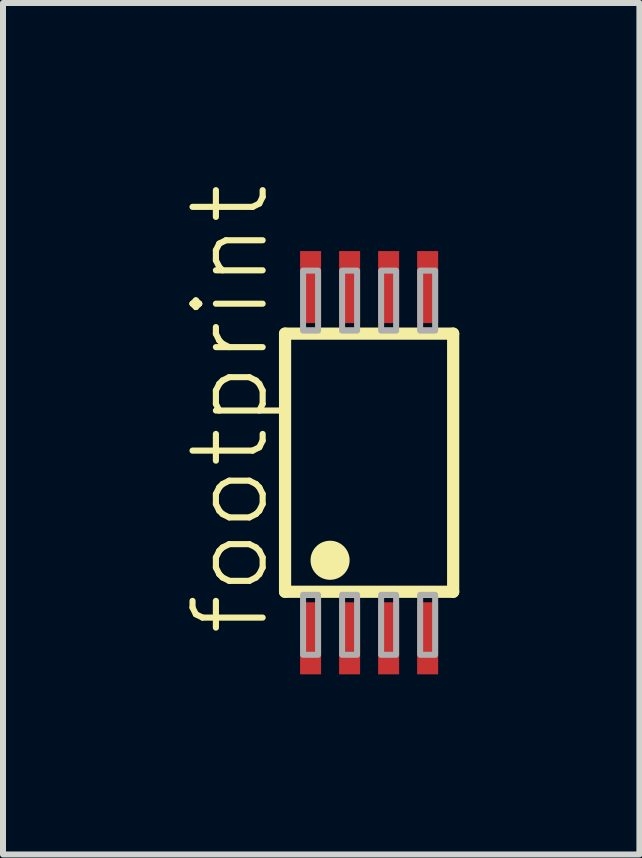
<source format=kicad_pcb>
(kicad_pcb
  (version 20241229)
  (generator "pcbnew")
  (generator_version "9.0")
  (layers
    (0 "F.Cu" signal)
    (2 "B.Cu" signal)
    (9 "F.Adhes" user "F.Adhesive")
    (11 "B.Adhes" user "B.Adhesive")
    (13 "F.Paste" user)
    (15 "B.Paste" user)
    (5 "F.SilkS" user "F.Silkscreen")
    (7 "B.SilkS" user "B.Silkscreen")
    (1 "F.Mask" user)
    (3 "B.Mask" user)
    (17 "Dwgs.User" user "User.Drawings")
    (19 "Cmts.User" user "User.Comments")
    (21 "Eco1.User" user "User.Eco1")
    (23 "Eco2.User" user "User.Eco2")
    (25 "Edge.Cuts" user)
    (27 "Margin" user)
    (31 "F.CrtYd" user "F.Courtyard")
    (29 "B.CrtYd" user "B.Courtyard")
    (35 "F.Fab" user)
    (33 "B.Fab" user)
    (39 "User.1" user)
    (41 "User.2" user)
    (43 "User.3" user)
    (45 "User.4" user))
  (footprint "footprint"
    (layer "F.Cu")
    (at 3.098 4.657)
    (property "Reference" "footprint" (at -1.625 2.925 90) (layer "F.SilkS") (effects (font (size 1.168 1.168) (thickness 0.102)) (justify left bottom)))
    (fp_line (start -1.4 -2.15) (end -1.4 2.15) (stroke (width 0.203) (type solid)) (layer "F.SilkS"))
    (fp_line (start -1.4 2.15) (end 1.4 2.15) (stroke (width 0.203) (type solid)) (layer "F.SilkS"))
    (fp_line (start 1.4 -2.15) (end -1.4 -2.15) (stroke (width 0.203) (type solid)) (layer "F.SilkS"))
    (fp_line (start 1.4 2.15) (end 1.4 -2.15) (stroke (width 0.203) (type solid)) (layer "F.SilkS"))
    (fp_circle (center -0.65 1.625) (end -0.487 1.625) (stroke (width 0.325) (type solid)) (fill yes) (layer "F.SilkS"))
    (fp_poly (pts (xy -1.1 -2.2) (xy -0.85 -2.2) (xy -0.85 -3.2) (xy -1.1 -3.2)) (stroke (width 0.1) (type solid)) (fill no) (layer "F.Fab"))
    (fp_poly (pts (xy -1.1 3.2) (xy -0.85 3.2) (xy -0.85 2.2) (xy -1.1 2.2)) (stroke (width 0.1) (type solid)) (fill no) (layer "F.Fab"))
    (fp_poly (pts (xy -0.45 -2.2) (xy -0.2 -2.2) (xy -0.2 -3.2) (xy -0.45 -3.2)) (stroke (width 0.1) (type solid)) (fill no) (layer "F.Fab"))
    (fp_poly (pts (xy -0.45 3.2) (xy -0.2 3.2) (xy -0.2 2.2) (xy -0.45 2.2)) (stroke (width 0.1) (type solid)) (fill no) (layer "F.Fab"))
    (fp_poly (pts (xy 0.2 -2.2) (xy 0.45 -2.2) (xy 0.45 -3.2) (xy 0.2 -3.2)) (stroke (width 0.1) (type solid)) (fill no) (layer "F.Fab"))
    (fp_poly (pts (xy 0.2 3.2) (xy 0.45 3.2) (xy 0.45 2.2) (xy 0.2 2.2)) (stroke (width 0.1) (type solid)) (fill no) (layer "F.Fab"))
    (fp_poly (pts (xy 0.85 -2.2) (xy 1.1 -2.2) (xy 1.1 -3.2) (xy 0.85 -3.2)) (stroke (width 0.1) (type solid)) (fill no) (layer "F.Fab"))
    (fp_poly (pts (xy 0.85 3.2) (xy 1.1 3.2) (xy 1.1 2.2) (xy 0.85 2.2)) (stroke (width 0.1) (type solid)) (fill no) (layer "F.Fab"))
    (pad "1" smd rect (at -0.975 2.925) (size 0.35 1.2) (layers "F.Cu" "F.Mask" "F.Paste"))
    (pad "2" smd rect (at -0.325 2.925) (size 0.35 1.2) (layers "F.Cu" "F.Mask" "F.Paste"))
    (pad "3" smd rect (at 0.325 2.925) (size 0.35 1.2) (layers "F.Cu" "F.Mask" "F.Paste"))
    (pad "4" smd rect (at 0.975 2.925) (size 0.35 1.2) (layers "F.Cu" "F.Mask" "F.Paste"))
    (pad "5" smd rect (at 0.975 -2.925) (size 0.35 1.2) (layers "F.Cu" "F.Mask" "F.Paste"))
    (pad "6" smd rect (at 0.325 -2.925) (size 0.35 1.2) (layers "F.Cu" "F.Mask" "F.Paste"))
    (pad "7" smd rect (at -0.325 -2.925) (size 0.35 1.2) (layers "F.Cu" "F.Mask" "F.Paste"))
    (pad "8" smd rect (at -0.975 -2.925) (size 0.35 1.2) (layers "F.Cu" "F.Mask" "F.Paste")))
  (gr_rect
    (start -3 -3)
    (end 7.6 11.182)
    (stroke (width 0.1) (type default))
    (fill no)
    (layer "Edge.Cuts")))
</source>
